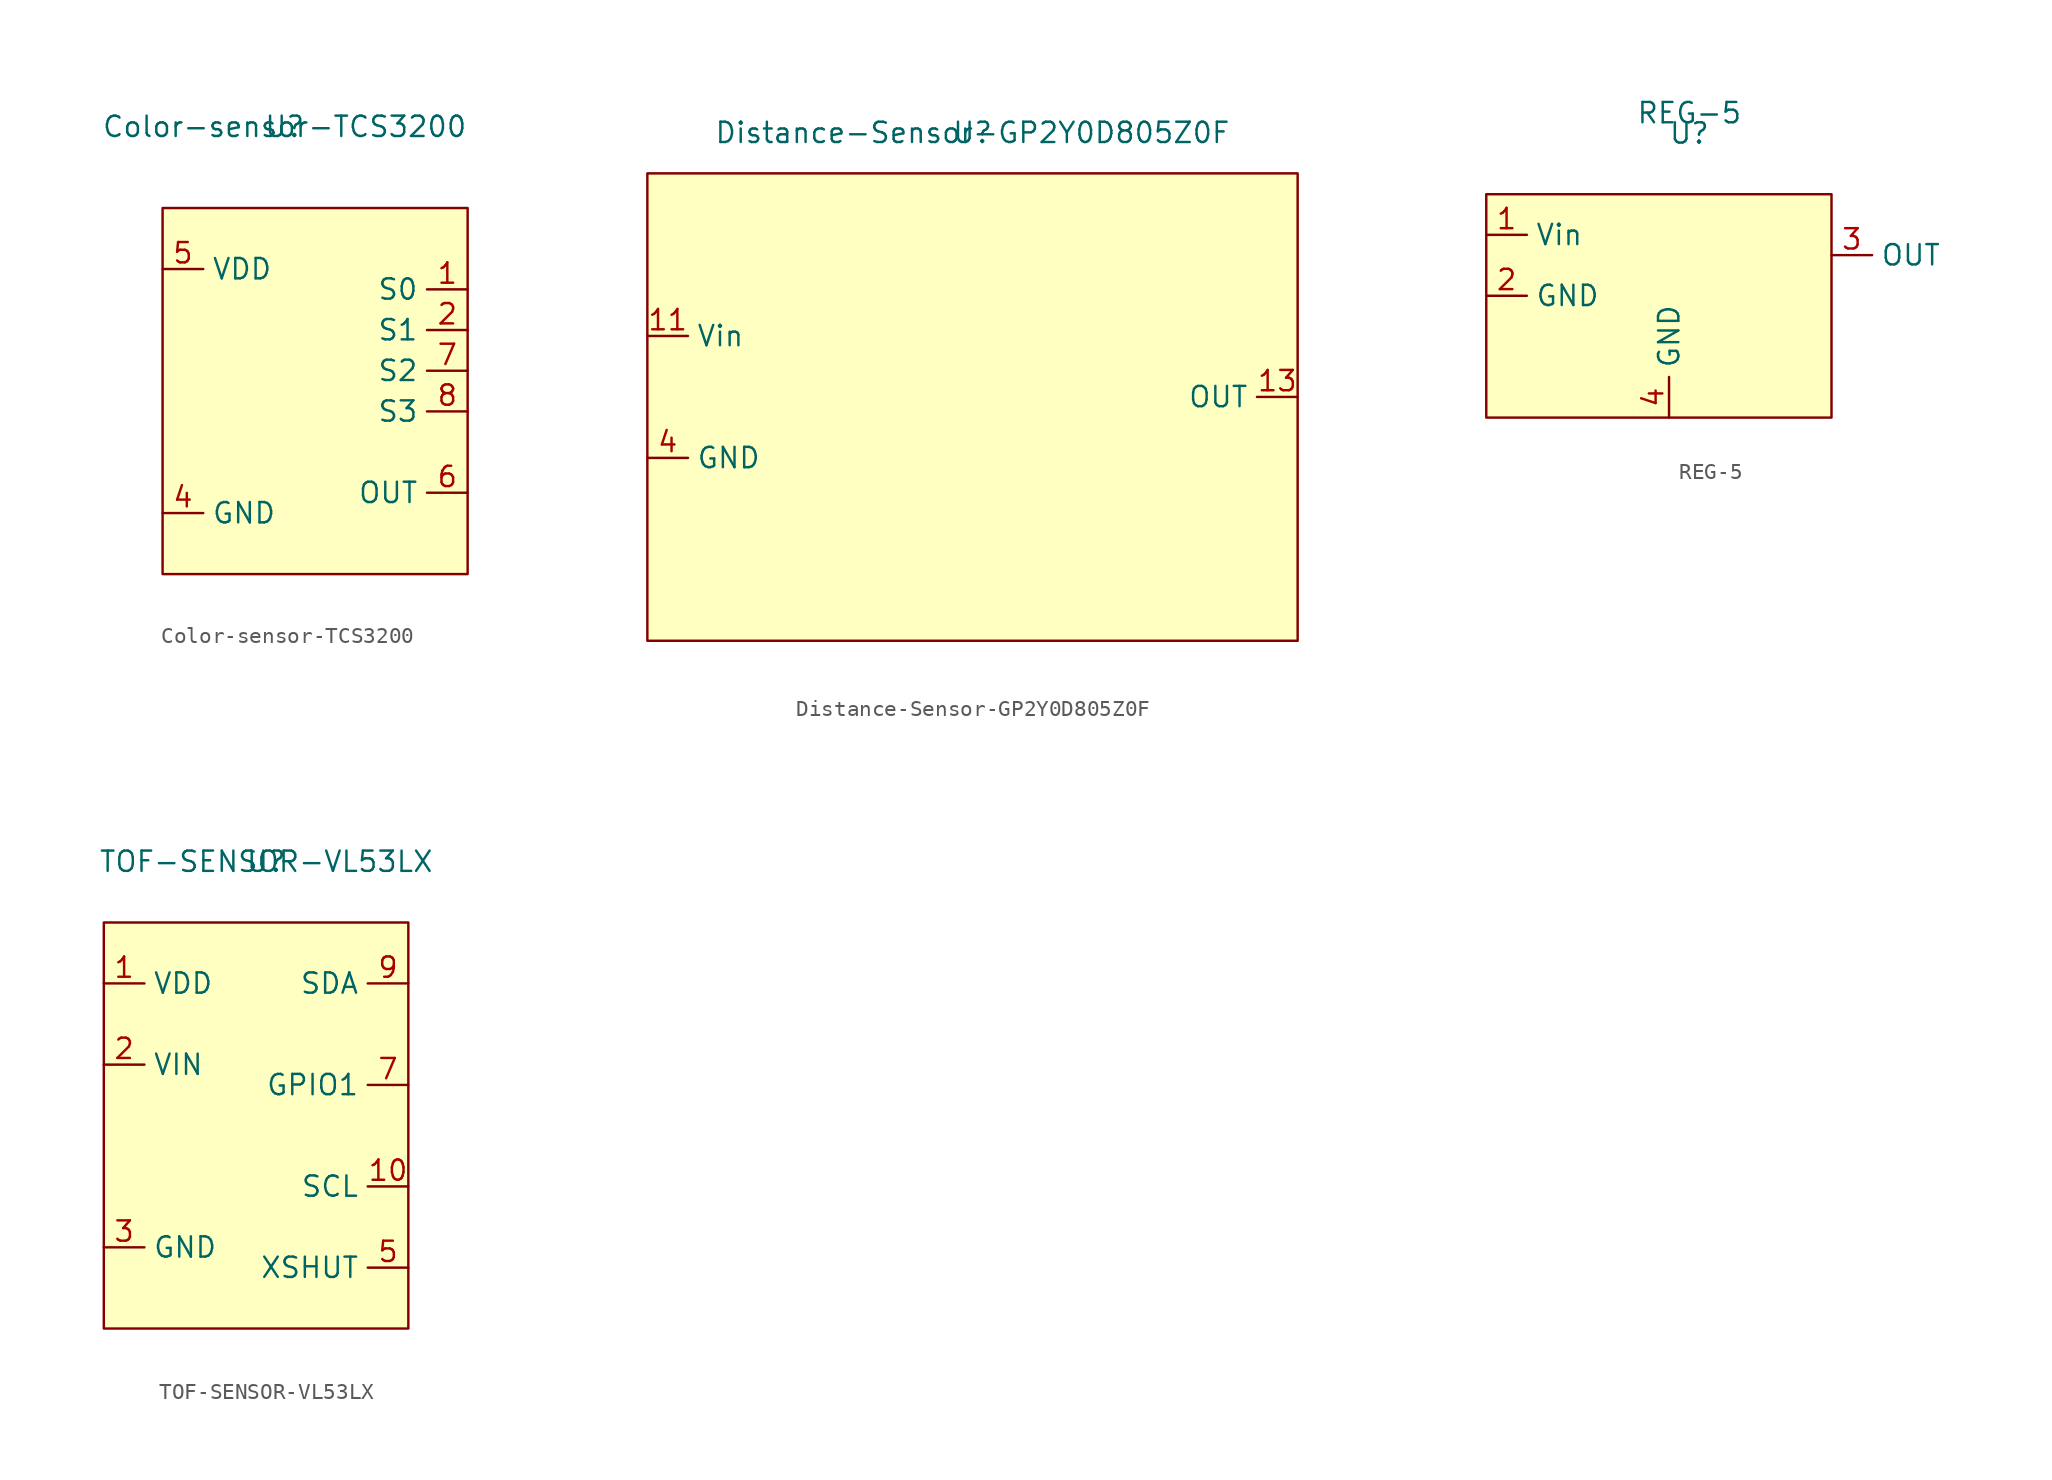
<source format=kicad_sym>
(kicad_symbol_lib
  (version 20211014)
  (generator kicad_symbol_editor)
  (symbol "Color-sensor-TCS3200"
    (property "Reference" "U"
      (at 0 0 0)
      (effects (font (size 1.27 1.27))))
    (property "Value" "Color-sensor-TCS3200"
      (at 0 0 0)
      (effects (font (size 1.27 1.27))))
    (symbol "Color-sensor-TCS3200_0_1"
      (rectangle (start -7.62 -5.08) (end 11.43 -27.94) (stroke (width 0) (type default) (color 0 0 0 0)) (fill (type background))))
    (symbol "Color-sensor-TCS3200_1_1"
      (pin input line (at 11.43 -10.16 180) (length 2.54) (name "S0" (effects (font (size 1.27 1.27)))) (number "1" (effects (font (size 1.27 1.27)))))
      (pin input line (at 11.43 -12.7 180) (length 2.54) (name "S1" (effects (font (size 1.27 1.27)))) (number "2" (effects (font (size 1.27 1.27)))))
      (pin power_out line (at -7.62 -24.13 0) (length 2.54) (name "GND" (effects (font (size 1.27 1.27)))) (number "4" (effects (font (size 1.27 1.27)))))
      (pin power_in line (at -7.62 -8.89 0) (length 2.54) (name "VDD" (effects (font (size 1.27 1.27)))) (number "5" (effects (font (size 1.27 1.27)))))
      (pin output line (at 11.43 -22.86 180) (length 2.54) (name "OUT" (effects (font (size 1.27 1.27)))) (number "6" (effects (font (size 1.27 1.27)))))
      (pin input line (at 11.43 -15.24 180) (length 2.54) (name "S2" (effects (font (size 1.27 1.27)))) (number "7" (effects (font (size 1.27 1.27)))))
      (pin input line (at 11.43 -17.78 180) (length 2.54) (name "S3" (effects (font (size 1.27 1.27)))) (number "8" (effects (font (size 1.27 1.27)))))))
  (symbol "Distance-Sensor-GP2Y0D805Z0F"
    (property "Reference" "U"
      (at 0 0 0)
      (effects (font (size 1.27 1.27))))
    (property "Value" "Distance-Sensor-GP2Y0D805Z0F"
      (at 0 0 0)
      (effects (font (size 1.27 1.27))))
    (symbol "Distance-Sensor-GP2Y0D805Z0F_0_1"
      (rectangle (start -20.32 -2.54) (end 20.32 -31.75) (stroke (width 0) (type default) (color 0 0 0 0)) (fill (type background))))
    (symbol "Distance-Sensor-GP2Y0D805Z0F_1_1"
      (pin power_in line (at -20.32 -12.7 0) (length 2.54) (name "Vin" (effects (font (size 1.27 1.27)))) (number "11" (effects (font (size 1.27 1.27)))))
      (pin output line (at 20.32 -16.51 180) (length 2.54) (name "OUT" (effects (font (size 1.27 1.27)))) (number "13" (effects (font (size 1.27 1.27)))))
      (pin power_out line (at -20.32 -20.32 0) (length 2.54) (name "GND" (effects (font (size 1.27 1.27)))) (number "4" (effects (font (size 1.27 1.27)))))))
  (symbol "REG-5"
    (property "Reference" "U"
      (at 0 0 0)
      (effects (font (size 1.27 1.27))))
    (property "Value" "REG-5"
      (at 0 1.27 0)
      (effects (font (size 1.27 1.27))))
    (symbol "REG-5_0_1"
      (rectangle (start -12.7 -3.81) (end 8.89 -17.78) (stroke (width 0) (type default) (color 0 0 0 0)) (fill (type background))))
    (symbol "REG-5_1_1"
      (pin input line (at -12.7 -6.35 0) (length 2.54) (name "Vin" (effects (font (size 1.27 1.27)))) (number "1" (effects (font (size 1.27 1.27)))))
      (pin output line (at -12.7 -10.16 0) (length 2.54) (name "GND" (effects (font (size 1.27 1.27)))) (number "2" (effects (font (size 1.27 1.27)))))
      (pin output line (at 8.89 -7.62 0) (length 2.54) (name "OUT" (effects (font (size 1.27 1.27)))) (number "3" (effects (font (size 1.27 1.27)))))
      (pin output line (at -1.27 -17.78 90) (length 2.54) (name "GND" (effects (font (size 1.27 1.27)))) (number "4" (effects (font (size 1.27 1.27)))))))
  (symbol "TOF-SENSOR-VL53LX"
    (property "Reference" "U"
      (at 0 0 0)
      (effects (font (size 1.27 1.27))))
    (property "Value" "TOF-SENSOR-VL53LX"
      (at 0 0 0)
      (effects (font (size 1.27 1.27))))
    (symbol "TOF-SENSOR-VL53LX_0_1"
      (rectangle (start -10.16 -3.81) (end 8.89 -29.21) (stroke (width 0) (type default) (color 0 0 0 0)) (fill (type background))))
    (symbol "TOF-SENSOR-VL53LX_1_1"
      (pin power_out line (at -10.16 -7.62 0) (length 2.54) (name "VDD" (effects (font (size 1.27 1.27)))) (number "1" (effects (font (size 1.27 1.27)))))
      (pin input line (at 8.89 -20.32 180) (length 2.54) (name "SCL" (effects (font (size 1.27 1.27)))) (number "10" (effects (font (size 1.27 1.27)))))
      (pin power_in line (at -10.16 -12.7 0) (length 2.54) (name "VIN" (effects (font (size 1.27 1.27)))) (number "2" (effects (font (size 1.27 1.27)))))
      (pin power_out line (at -10.16 -24.13 0) (length 2.54) (name "GND" (effects (font (size 1.27 1.27)))) (number "3" (effects (font (size 1.27 1.27)))))
      (pin input line (at 8.89 -25.4 180) (length 2.54) (name "XSHUT" (effects (font (size 1.27 1.27)))) (number "5" (effects (font (size 1.27 1.27)))))
      (pin output line (at 8.89 -13.97 180) (length 2.54) (name "GPIO1" (effects (font (size 1.27 1.27)))) (number "7" (effects (font (size 1.27 1.27)))))
      (pin bidirectional line (at 8.89 -7.62 180) (length 2.54) (name "SDA" (effects (font (size 1.27 1.27)))) (number "9" (effects (font (size 1.27 1.27))))))))
</source>
